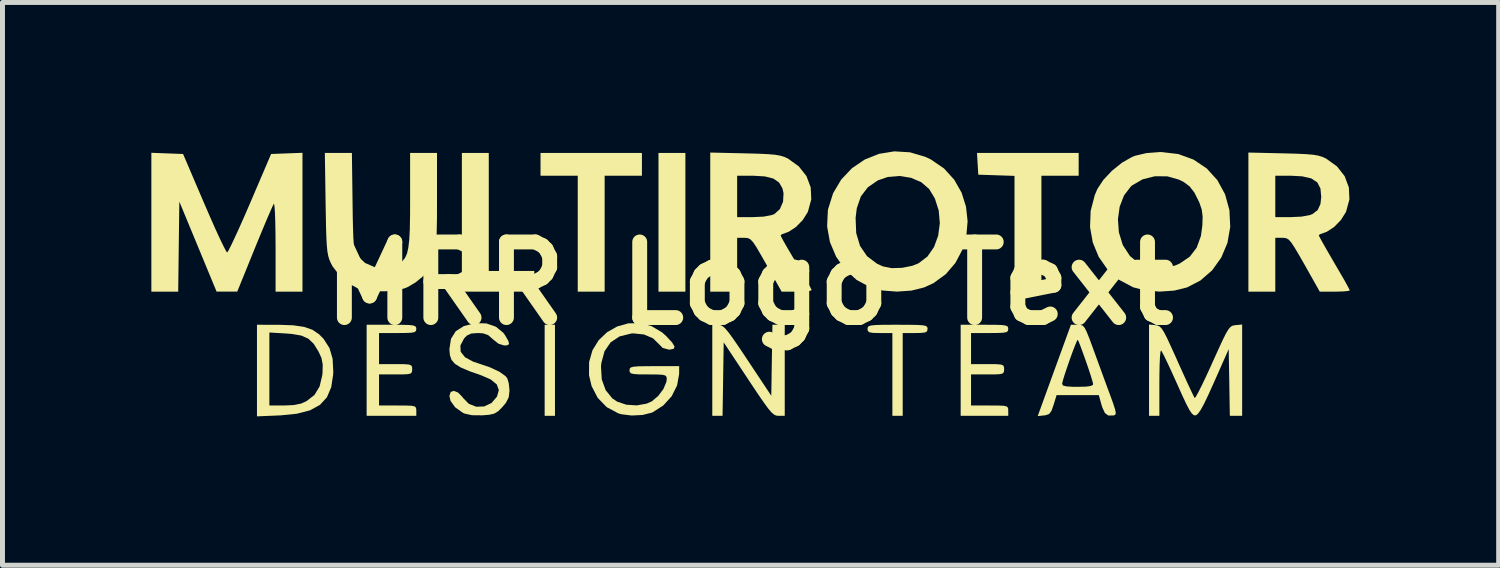
<source format=kicad_pcb>
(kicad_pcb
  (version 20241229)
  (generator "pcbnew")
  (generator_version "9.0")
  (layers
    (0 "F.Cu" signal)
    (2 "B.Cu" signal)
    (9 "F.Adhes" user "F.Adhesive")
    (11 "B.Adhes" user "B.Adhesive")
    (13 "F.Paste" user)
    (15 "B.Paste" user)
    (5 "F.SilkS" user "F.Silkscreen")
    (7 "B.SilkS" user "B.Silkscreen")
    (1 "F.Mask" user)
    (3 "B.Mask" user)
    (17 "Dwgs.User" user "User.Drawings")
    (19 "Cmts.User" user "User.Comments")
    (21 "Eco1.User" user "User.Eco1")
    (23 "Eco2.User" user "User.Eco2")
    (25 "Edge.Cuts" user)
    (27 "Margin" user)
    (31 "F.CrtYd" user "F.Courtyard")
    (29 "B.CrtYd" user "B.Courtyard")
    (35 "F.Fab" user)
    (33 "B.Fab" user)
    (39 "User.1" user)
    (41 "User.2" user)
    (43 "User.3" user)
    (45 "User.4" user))
  (footprint "MRR Logo Text"
    (layer "F.Cu")
    (at 12.054 2.66)
    (property "Reference" "MRR Logo Text" (at 0 0 0) (layer "F.SilkS") (effects (font (size 1.524 1.524) (thickness 0.3))))
    (attr board_only exclude_from_pos_files exclude_from_bom)
    (fp_poly (pts (xy -3.921 2.669) (xy -4.129 2.669) (xy -4.129 0.834) (xy -3.921 0.834)) (stroke (width 0) (type solid)) (fill yes) (layer "F.SilkS"))
    (fp_poly (pts (xy -1.293 0.167) (xy -1.835 0.167) (xy -1.835 -2.628) (xy -1.293 -2.628)) (stroke (width 0) (type solid)) (fill yes) (layer "F.SilkS"))
    (fp_poly (pts (xy -5.255 -0.25) (xy -4.338 -0.25) (xy -4.338 0.167) (xy -5.797 0.167) (xy -5.797 -2.628) (xy -5.255 -2.628)) (stroke (width 0) (type solid)) (fill yes) (layer "F.SilkS"))
    (fp_poly (pts (xy -2.169 -2.169) (xy -2.92 -2.169) (xy -2.92 0.167) (xy -3.462 0.167) (xy -3.462 -2.169) (xy -4.212 -2.169) (xy -4.212 -2.628) (xy -2.169 -2.628)) (stroke (width 0) (type solid)) (fill yes) (layer "F.SilkS"))
    (fp_poly (pts (xy 6.632 -2.169) (xy 5.881 -2.169) (xy 5.881 0.167) (xy 5.339 0.167) (xy 5.339 -2.166) (xy 4.974 -2.178) (xy 4.609 -2.19) (xy 4.596 -2.409) (xy 4.583 -2.628) (xy 6.632 -2.628)) (stroke (width 0) (type solid)) (fill yes) (layer "F.SilkS"))
    (fp_poly (pts (xy -0.588 0.84) (xy -0.543 0.862) (xy -0.489 0.91) (xy -0.42 0.993) (xy -0.328 1.119) (xy -0.206 1.297) (xy -0.046 1.536) (xy -0.037 1.55) (xy 0.438 2.265) (xy 0.449 1.55) (xy 0.461 0.834) (xy 0.709 0.834) (xy 0.709 2.669) (xy 0.584 2.669) (xy 0.539 2.665) (xy 0.496 2.646) (xy 0.445 2.603) (xy 0.38 2.528) (xy 0.295 2.412) (xy 0.181 2.247) (xy 0.031 2.023) (xy -0.031 1.929) (xy -0.521 1.189) (xy -0.544 2.669) (xy -0.751 2.669) (xy -0.751 0.834) (xy -0.632 0.834)) (stroke (width 0) (type solid)) (fill yes) (layer "F.SilkS"))
    (fp_poly (pts (xy 3.218 0.835) (xy 3.383 0.838) (xy 3.49 0.845) (xy 3.551 0.857) (xy 3.579 0.878) (xy 3.587 0.907) (xy 3.587 0.918) (xy 3.578 0.964) (xy 3.538 0.989) (xy 3.447 0.999) (xy 3.337 1.001) (xy 3.086 1.001) (xy 3.086 2.669) (xy 2.878 2.669) (xy 2.878 1.001) (xy 2.628 1.001) (xy 2.488 0.998) (xy 2.412 0.985) (xy 2.382 0.955) (xy 2.377 0.918) (xy 2.382 0.885) (xy 2.403 0.862) (xy 2.453 0.848) (xy 2.546 0.839) (xy 2.693 0.835) (xy 2.907 0.834) (xy 2.982 0.834)) (stroke (width 0) (type solid)) (fill yes) (layer "F.SilkS"))
    (fp_poly (pts (xy -7.004 0.835) (xy -6.862 0.839) (xy -6.777 0.848) (xy -6.733 0.866) (xy -6.717 0.893) (xy -6.715 0.918) (xy -6.721 0.957) (xy -6.751 0.982) (xy -6.819 0.995) (xy -6.942 1) (xy -7.09 1.001) (xy -7.466 1.001) (xy -7.466 1.627) (xy -7.132 1.627) (xy -6.967 1.628) (xy -6.867 1.635) (xy -6.818 1.653) (xy -6.8 1.687) (xy -6.798 1.731) (xy -6.802 1.783) (xy -6.824 1.814) (xy -6.881 1.829) (xy -6.991 1.835) (xy -7.132 1.835) (xy -7.466 1.835) (xy -7.466 2.461) (xy -7.09 2.461) (xy -6.913 2.462) (xy -6.802 2.467) (xy -6.743 2.482) (xy -6.72 2.51) (xy -6.715 2.556) (xy -6.715 2.565) (xy -6.715 2.669) (xy -7.716 2.669) (xy -7.716 0.834) (xy -7.215 0.834)) (stroke (width 0) (type solid)) (fill yes) (layer "F.SilkS"))
    (fp_poly (pts (xy 4.94 0.835) (xy 5.077 0.839) (xy 5.158 0.849) (xy 5.199 0.868) (xy 5.212 0.897) (xy 5.213 0.918) (xy 5.207 0.957) (xy 5.178 0.982) (xy 5.109 0.995) (xy 4.986 1) (xy 4.838 1.001) (xy 4.463 1.001) (xy 4.463 1.627) (xy 4.796 1.627) (xy 4.962 1.628) (xy 5.061 1.635) (xy 5.111 1.653) (xy 5.128 1.687) (xy 5.13 1.731) (xy 5.126 1.783) (xy 5.104 1.814) (xy 5.047 1.829) (xy 4.937 1.835) (xy 4.796 1.835) (xy 4.463 1.835) (xy 4.463 2.461) (xy 4.838 2.461) (xy 5.016 2.462) (xy 5.126 2.467) (xy 5.185 2.482) (xy 5.209 2.51) (xy 5.213 2.556) (xy 5.213 2.565) (xy 5.213 2.669) (xy 4.254 2.669) (xy 4.254 0.834) (xy 4.734 0.834)) (stroke (width 0) (type solid)) (fill yes) (layer "F.SilkS"))
    (fp_poly (pts (xy -9.478 0.835) (xy -9.195 0.845) (xy -8.977 0.877) (xy -8.809 0.935) (xy -8.674 1.026) (xy -8.583 1.119) (xy -8.465 1.303) (xy -8.402 1.518) (xy -8.388 1.781) (xy -8.39 1.833) (xy -8.429 2.09) (xy -8.515 2.294) (xy -8.656 2.448) (xy -8.856 2.558) (xy -9.122 2.627) (xy -9.46 2.661) (xy -9.476 2.661) (xy -9.926 2.68) (xy -9.926 0.99) (xy -9.676 0.99) (xy -9.676 2.461) (xy -9.379 2.461) (xy -9.182 2.452) (xy -9.036 2.422) (xy -8.927 2.373) (xy -8.767 2.248) (xy -8.664 2.078) (xy -8.61 1.851) (xy -8.605 1.801) (xy -8.601 1.634) (xy -8.627 1.503) (xy -8.683 1.379) (xy -8.78 1.221) (xy -8.889 1.116) (xy -9.031 1.052) (xy -9.225 1.019) (xy -9.341 1.01) (xy -9.676 0.99) (xy -9.926 0.99) (xy -9.926 0.834)) (stroke (width 0) (type solid)) (fill yes) (layer "F.SilkS"))
    (fp_poly (pts (xy -9.009 0.167) (xy -9.551 0.167) (xy -9.551 -0.738) (xy -9.553 -1) (xy -9.557 -1.228) (xy -9.563 -1.412) (xy -9.572 -1.54) (xy -9.581 -1.601) (xy -9.586 -1.604) (xy -9.611 -1.555) (xy -9.662 -1.44) (xy -9.735 -1.272) (xy -9.823 -1.061) (xy -9.923 -0.819) (xy -9.972 -0.699) (xy -10.323 0.166) (xy -10.74 0.166) (xy -11.115 -0.741) (xy -11.49 -1.647) (xy -11.502 -0.74) (xy -11.513 0.167) (xy -12.054 0.167) (xy -12.054 -2.631) (xy -11.734 -2.619) (xy -11.415 -2.607) (xy -10.99 -1.613) (xy -10.874 -1.346) (xy -10.768 -1.106) (xy -10.675 -0.904) (xy -10.6 -0.749) (xy -10.549 -0.652) (xy -10.527 -0.622) (xy -10.501 -0.66) (xy -10.448 -0.764) (xy -10.372 -0.925) (xy -10.277 -1.132) (xy -10.169 -1.375) (xy -10.065 -1.616) (xy -9.641 -2.607) (xy -9.325 -2.619) (xy -9.009 -2.631)) (stroke (width 0) (type solid)) (fill yes) (layer "F.SilkS"))
    (fp_poly (pts (xy -8 -1.65) (xy -7.996 -1.338) (xy -7.99 -1.098) (xy -7.984 -0.919) (xy -7.975 -0.789) (xy -7.962 -0.698) (xy -7.945 -0.635) (xy -7.922 -0.588) (xy -7.901 -0.556) (xy -7.747 -0.411) (xy -7.554 -0.327) (xy -7.345 -0.306) (xy -7.142 -0.355) (xy -7.058 -0.4) (xy -6.993 -0.451) (xy -6.942 -0.514) (xy -6.903 -0.599) (xy -6.876 -0.718) (xy -6.857 -0.88) (xy -6.846 -1.095) (xy -6.841 -1.374) (xy -6.84 -1.688) (xy -6.84 -2.628) (xy -6.298 -2.628) (xy -6.298 -1.655) (xy -6.299 -1.295) (xy -6.305 -1.008) (xy -6.318 -0.781) (xy -6.34 -0.604) (xy -6.373 -0.465) (xy -6.419 -0.353) (xy -6.481 -0.257) (xy -6.56 -0.165) (xy -6.595 -0.13) (xy -6.732 -0.018) (xy -6.888 0.074) (xy -6.953 0.101) (xy -7.131 0.141) (xy -7.349 0.16) (xy -7.575 0.159) (xy -7.775 0.136) (xy -7.877 0.11) (xy -8.072 0.005) (xy -8.256 -0.154) (xy -8.401 -0.34) (xy -8.44 -0.414) (xy -8.468 -0.48) (xy -8.49 -0.552) (xy -8.506 -0.64) (xy -8.518 -0.757) (xy -8.527 -0.914) (xy -8.534 -1.124) (xy -8.539 -1.397) (xy -8.543 -1.616) (xy -8.558 -2.628) (xy -8.013 -2.628)) (stroke (width 0) (type solid)) (fill yes) (layer "F.SilkS"))
    (fp_poly (pts (xy 3.233 -2.641) (xy 3.548 -2.547) (xy 3.653 -2.497) (xy 3.919 -2.315) (xy 4.125 -2.088) (xy 4.273 -1.827) (xy 4.362 -1.544) (xy 4.394 -1.25) (xy 4.368 -0.955) (xy 4.286 -0.673) (xy 4.148 -0.412) (xy 3.955 -0.186) (xy 3.707 -0.005) (xy 3.518 0.082) (xy 3.261 0.146) (xy 2.971 0.166) (xy 2.681 0.144) (xy 2.434 0.08) (xy 2.158 -0.069) (xy 1.925 -0.279) (xy 1.744 -0.538) (xy 1.62 -0.831) (xy 1.563 -1.145) (xy 1.571 -1.321) (xy 2.137 -1.321) (xy 2.149 -1.014) (xy 2.226 -0.755) (xy 2.367 -0.548) (xy 2.57 -0.395) (xy 2.69 -0.341) (xy 2.864 -0.307) (xy 3.073 -0.313) (xy 3.279 -0.354) (xy 3.403 -0.403) (xy 3.584 -0.54) (xy 3.717 -0.732) (xy 3.801 -0.961) (xy 3.834 -1.212) (xy 3.812 -1.467) (xy 3.734 -1.711) (xy 3.619 -1.901) (xy 3.461 -2.038) (xy 3.254 -2.127) (xy 3.022 -2.164) (xy 2.785 -2.144) (xy 2.585 -2.075) (xy 2.383 -1.936) (xy 2.243 -1.752) (xy 2.161 -1.514) (xy 2.137 -1.321) (xy 1.571 -1.321) (xy 1.578 -1.466) (xy 1.583 -1.497) (xy 1.684 -1.817) (xy 1.848 -2.093) (xy 2.064 -2.321) (xy 2.321 -2.495) (xy 2.609 -2.61) (xy 2.917 -2.66)) (stroke (width 0) (type solid)) (fill yes) (layer "F.SilkS"))
    (fp_poly (pts (xy 6.669 0.836) (xy 6.713 0.852) (xy 6.751 0.893) (xy 6.792 0.973) (xy 6.845 1.104) (xy 6.917 1.299) (xy 6.926 1.324) (xy 7.015 1.567) (xy 7.112 1.833) (xy 7.204 2.084) (xy 7.259 2.231) (xy 7.326 2.416) (xy 7.365 2.537) (xy 7.38 2.609) (xy 7.372 2.645) (xy 7.344 2.66) (xy 7.332 2.662) (xy 7.23 2.663) (xy 7.161 2.613) (xy 7.108 2.5) (xy 7.091 2.444) (xy 7.038 2.252) (xy 6.187 2.252) (xy 6.126 2.45) (xy 6.083 2.571) (xy 6.036 2.633) (xy 5.967 2.657) (xy 5.936 2.661) (xy 5.807 2.674) (xy 6.042 2.026) (xy 6.298 2.026) (xy 6.317 2.058) (xy 6.384 2.076) (xy 6.512 2.084) (xy 6.611 2.085) (xy 6.779 2.081) (xy 6.878 2.068) (xy 6.92 2.043) (xy 6.923 2.028) (xy 6.91 1.972) (xy 6.876 1.86) (xy 6.827 1.711) (xy 6.77 1.547) (xy 6.713 1.387) (xy 6.663 1.251) (xy 6.627 1.161) (xy 6.613 1.136) (xy 6.595 1.165) (xy 6.557 1.256) (xy 6.506 1.388) (xy 6.45 1.544) (xy 6.395 1.704) (xy 6.346 1.85) (xy 6.312 1.963) (xy 6.298 2.025) (xy 6.298 2.026) (xy 6.042 2.026) (xy 6.141 1.754) (xy 6.476 0.834) (xy 6.612 0.834)) (stroke (width 0) (type solid)) (fill yes) (layer "F.SilkS"))
    (fp_poly (pts (xy 9.926 2.669) (xy 9.678 2.669) (xy 9.667 1.997) (xy 9.655 1.325) (xy 9.362 1.987) (xy 9.247 2.242) (xy 9.158 2.428) (xy 9.089 2.553) (xy 9.036 2.627) (xy 8.994 2.659) (xy 8.986 2.661) (xy 8.95 2.655) (xy 8.911 2.621) (xy 8.863 2.55) (xy 8.8 2.43) (xy 8.717 2.253) (xy 8.613 2.021) (xy 8.516 1.806) (xy 8.429 1.618) (xy 8.358 1.471) (xy 8.309 1.377) (xy 8.291 1.35) (xy 8.28 1.382) (xy 8.27 1.485) (xy 8.263 1.644) (xy 8.259 1.846) (xy 8.258 2) (xy 8.258 2.669) (xy 8.05 2.669) (xy 8.05 0.829) (xy 8.178 0.842) (xy 8.224 0.85) (xy 8.265 0.87) (xy 8.306 0.913) (xy 8.354 0.988) (xy 8.415 1.107) (xy 8.495 1.28) (xy 8.602 1.516) (xy 8.626 1.571) (xy 8.728 1.797) (xy 8.819 1.997) (xy 8.894 2.157) (xy 8.946 2.266) (xy 8.97 2.311) (xy 8.971 2.311) (xy 8.994 2.283) (xy 9.046 2.189) (xy 9.12 2.041) (xy 9.211 1.85) (xy 9.313 1.627) (xy 9.327 1.595) (xy 9.442 1.341) (xy 9.529 1.152) (xy 9.595 1.019) (xy 9.646 0.932) (xy 9.688 0.881) (xy 9.728 0.855) (xy 9.771 0.844) (xy 9.793 0.842) (xy 9.926 0.829)) (stroke (width 0) (type solid)) (fill yes) (layer "F.SilkS"))
    (fp_poly (pts (xy 8.639 -2.606) (xy 8.946 -2.494) (xy 9.211 -2.317) (xy 9.426 -2.081) (xy 9.582 -1.795) (xy 9.67 -1.475) (xy 9.686 -1.138) (xy 9.63 -0.816) (xy 9.506 -0.521) (xy 9.323 -0.265) (xy 9.086 -0.058) (xy 8.815 0.082) (xy 8.556 0.146) (xy 8.263 0.166) (xy 7.972 0.142) (xy 7.729 0.079) (xy 7.445 -0.072) (xy 7.213 -0.28) (xy 7.035 -0.535) (xy 6.916 -0.824) (xy 6.861 -1.135) (xy 6.867 -1.291) (xy 7.423 -1.291) (xy 7.442 -1.029) (xy 7.518 -0.781) (xy 7.524 -0.767) (xy 7.666 -0.55) (xy 7.854 -0.397) (xy 8.077 -0.312) (xy 8.322 -0.299) (xy 8.579 -0.361) (xy 8.668 -0.4) (xy 8.87 -0.537) (xy 9.01 -0.719) (xy 9.095 -0.954) (xy 9.124 -1.164) (xy 9.13 -1.346) (xy 9.112 -1.487) (xy 9.065 -1.625) (xy 9.054 -1.649) (xy 8.963 -1.831) (xy 8.867 -1.954) (xy 8.745 -2.045) (xy 8.654 -2.09) (xy 8.418 -2.157) (xy 8.165 -2.158) (xy 7.922 -2.097) (xy 7.713 -1.977) (xy 7.68 -1.948) (xy 7.545 -1.771) (xy 7.458 -1.545) (xy 7.423 -1.291) (xy 6.867 -1.291) (xy 6.873 -1.458) (xy 6.957 -1.78) (xy 7.01 -1.904) (xy 7.13 -2.086) (xy 7.303 -2.269) (xy 7.504 -2.431) (xy 7.707 -2.547) (xy 7.768 -2.571) (xy 7.997 -2.625) (xy 8.268 -2.646) (xy 8.3 -2.646)) (stroke (width 0) (type solid)) (fill yes) (layer "F.SilkS"))
    (fp_poly (pts (xy 10.75 -2.62) (xy 11.016 -2.613) (xy 11.212 -2.604) (xy 11.356 -2.592) (xy 11.46 -2.574) (xy 11.541 -2.55) (xy 11.613 -2.517) (xy 11.616 -2.516) (xy 11.836 -2.358) (xy 11.991 -2.161) (xy 12.076 -1.935) (xy 12.088 -1.694) (xy 12.021 -1.447) (xy 12.017 -1.437) (xy 11.916 -1.276) (xy 11.778 -1.135) (xy 11.631 -1.039) (xy 11.571 -1.017) (xy 11.494 -0.99) (xy 11.47 -0.969) (xy 11.49 -0.926) (xy 11.545 -0.826) (xy 11.628 -0.68) (xy 11.731 -0.502) (xy 11.782 -0.414) (xy 11.892 -0.226) (xy 11.986 -0.064) (xy 12.054 0.06) (xy 12.091 0.131) (xy 12.095 0.142) (xy 12.057 0.154) (xy 11.956 0.163) (xy 11.813 0.167) (xy 11.793 0.167) (xy 11.49 0.167) (xy 11.184 -0.376) (xy 11.065 -0.584) (xy 10.977 -0.731) (xy 10.913 -0.827) (xy 10.862 -0.883) (xy 10.816 -0.909) (xy 10.766 -0.917) (xy 10.735 -0.918) (xy 10.594 -0.918) (xy 10.594 0.167) (xy 10.052 0.167) (xy 10.052 -1.335) (xy 10.594 -1.335) (xy 10.909 -1.335) (xy 11.123 -1.345) (xy 11.286 -1.375) (xy 11.344 -1.397) (xy 11.449 -1.478) (xy 11.504 -1.599) (xy 11.52 -1.741) (xy 11.504 -1.912) (xy 11.44 -2.035) (xy 11.319 -2.115) (xy 11.135 -2.157) (xy 10.909 -2.169) (xy 10.594 -2.169) (xy 10.594 -1.335) (xy 10.052 -1.335) (xy 10.052 -2.636)) (stroke (width 0) (type solid)) (fill yes) (layer "F.SilkS"))
    (fp_poly (pts (xy -0.094 -2.62) (xy 0.172 -2.613) (xy 0.368 -2.604) (xy 0.512 -2.592) (xy 0.616 -2.574) (xy 0.697 -2.55) (xy 0.769 -2.517) (xy 0.772 -2.516) (xy 0.992 -2.358) (xy 1.147 -2.161) (xy 1.232 -1.935) (xy 1.244 -1.694) (xy 1.177 -1.447) (xy 1.173 -1.437) (xy 1.072 -1.276) (xy 0.934 -1.135) (xy 0.787 -1.039) (xy 0.727 -1.017) (xy 0.65 -0.989) (xy 0.626 -0.965) (xy 0.646 -0.922) (xy 0.702 -0.82) (xy 0.786 -0.674) (xy 0.891 -0.497) (xy 0.938 -0.417) (xy 1.049 -0.23) (xy 1.143 -0.069) (xy 1.211 0.054) (xy 1.247 0.125) (xy 1.251 0.136) (xy 1.213 0.151) (xy 1.112 0.162) (xy 0.969 0.167) (xy 0.949 0.167) (xy 0.646 0.167) (xy 0.342 -0.375) (xy 0.223 -0.584) (xy 0.137 -0.731) (xy 0.073 -0.827) (xy 0.022 -0.883) (xy -0.024 -0.909) (xy -0.074 -0.917) (xy -0.107 -0.918) (xy -0.25 -0.918) (xy -0.25 0.167) (xy -0.792 0.167) (xy -0.792 -1.335) (xy -0.25 -1.335) (xy 0.065 -1.335) (xy 0.284 -1.345) (xy 0.447 -1.376) (xy 0.501 -1.397) (xy 0.611 -1.497) (xy 0.675 -1.645) (xy 0.685 -1.815) (xy 0.663 -1.914) (xy 0.595 -2.032) (xy 0.481 -2.111) (xy 0.311 -2.155) (xy 0.073 -2.169) (xy 0.065 -2.169) (xy -0.25 -2.169) (xy -0.25 -1.335) (xy -0.792 -1.335) (xy -0.792 -2.636)) (stroke (width 0) (type solid)) (fill yes) (layer "F.SilkS"))
    (fp_poly (pts (xy -5.304 0.807) (xy -5.111 0.874) (xy -4.96 0.998) (xy -4.923 1.051) (xy -4.859 1.163) (xy -4.846 1.224) (xy -4.885 1.248) (xy -4.946 1.251) (xy -5.061 1.215) (xy -5.172 1.126) (xy -5.267 1.043) (xy -5.37 1.007) (xy -5.477 1.001) (xy -5.61 1.011) (xy -5.696 1.052) (xy -5.753 1.111) (xy -5.827 1.252) (xy -5.821 1.378) (xy -5.735 1.488) (xy -5.571 1.577) (xy -5.472 1.61) (xy -5.228 1.693) (xy -5.039 1.782) (xy -4.915 1.871) (xy -4.881 1.916) (xy -4.853 2.009) (xy -4.839 2.138) (xy -4.838 2.167) (xy -4.853 2.296) (xy -4.909 2.407) (xy -4.979 2.49) (xy -5.064 2.576) (xy -5.143 2.624) (xy -5.245 2.648) (xy -5.385 2.659) (xy -5.593 2.657) (xy -5.742 2.624) (xy -5.777 2.608) (xy -5.933 2.497) (xy -6.026 2.367) (xy -6.048 2.268) (xy -6.022 2.188) (xy -5.958 2.166) (xy -5.874 2.2) (xy -5.789 2.286) (xy -5.776 2.306) (xy -5.656 2.428) (xy -5.506 2.486) (xy -5.347 2.48) (xy -5.2 2.411) (xy -5.09 2.283) (xy -5.052 2.152) (xy -5.094 2.036) (xy -5.218 1.935) (xy -5.402 1.855) (xy -5.646 1.769) (xy -5.821 1.694) (xy -5.937 1.621) (xy -6.006 1.541) (xy -6.039 1.445) (xy -6.048 1.323) (xy -6.016 1.117) (xy -5.92 0.964) (xy -5.758 0.861) (xy -5.756 0.86) (xy -5.525 0.801)) (stroke (width 0) (type solid)) (fill yes) (layer "F.SilkS"))
    (fp_poly (pts (xy -1.979 0.86) (xy -1.761 0.989) (xy -1.679 1.063) (xy -1.563 1.188) (xy -1.512 1.271) (xy -1.526 1.317) (xy -1.602 1.334) (xy -1.626 1.335) (xy -1.751 1.301) (xy -1.816 1.234) (xy -1.945 1.108) (xy -2.127 1.03) (xy -2.341 1.008) (xy -2.386 1.011) (xy -2.62 1.069) (xy -2.8 1.189) (xy -2.923 1.369) (xy -2.987 1.607) (xy -2.994 1.679) (xy -2.978 1.935) (xy -2.9 2.151) (xy -2.766 2.317) (xy -2.669 2.383) (xy -2.484 2.445) (xy -2.274 2.459) (xy -2.075 2.424) (xy -1.97 2.378) (xy -1.841 2.269) (xy -1.736 2.129) (xy -1.676 1.986) (xy -1.668 1.929) (xy -1.673 1.885) (xy -1.696 1.857) (xy -1.755 1.842) (xy -1.866 1.836) (xy -2.043 1.835) (xy -2.044 1.835) (xy -2.222 1.834) (xy -2.333 1.827) (xy -2.392 1.812) (xy -2.415 1.785) (xy -2.419 1.752) (xy -2.414 1.717) (xy -2.39 1.693) (xy -2.333 1.679) (xy -2.23 1.671) (xy -2.066 1.669) (xy -1.919 1.668) (xy -1.418 1.668) (xy -1.419 1.825) (xy -1.46 2.056) (xy -1.57 2.275) (xy -1.738 2.46) (xy -1.948 2.595) (xy -1.969 2.605) (xy -2.157 2.652) (xy -2.376 2.663) (xy -2.585 2.637) (xy -2.648 2.618) (xy -2.879 2.494) (xy -3.059 2.308) (xy -3.183 2.07) (xy -3.235 1.85) (xy -3.233 1.584) (xy -3.165 1.347) (xy -3.04 1.145) (xy -2.871 0.984) (xy -2.668 0.869) (xy -2.445 0.806) (xy -2.211 0.801)) (stroke (width 0) (type solid)) (fill yes) (layer "F.SilkS")))
  (gr_rect
    (start -3 -3)
    (end 27.149 8.34)
    (stroke (width 0.1) (type default))
    (fill no)
    (layer "Edge.Cuts")))
</source>
